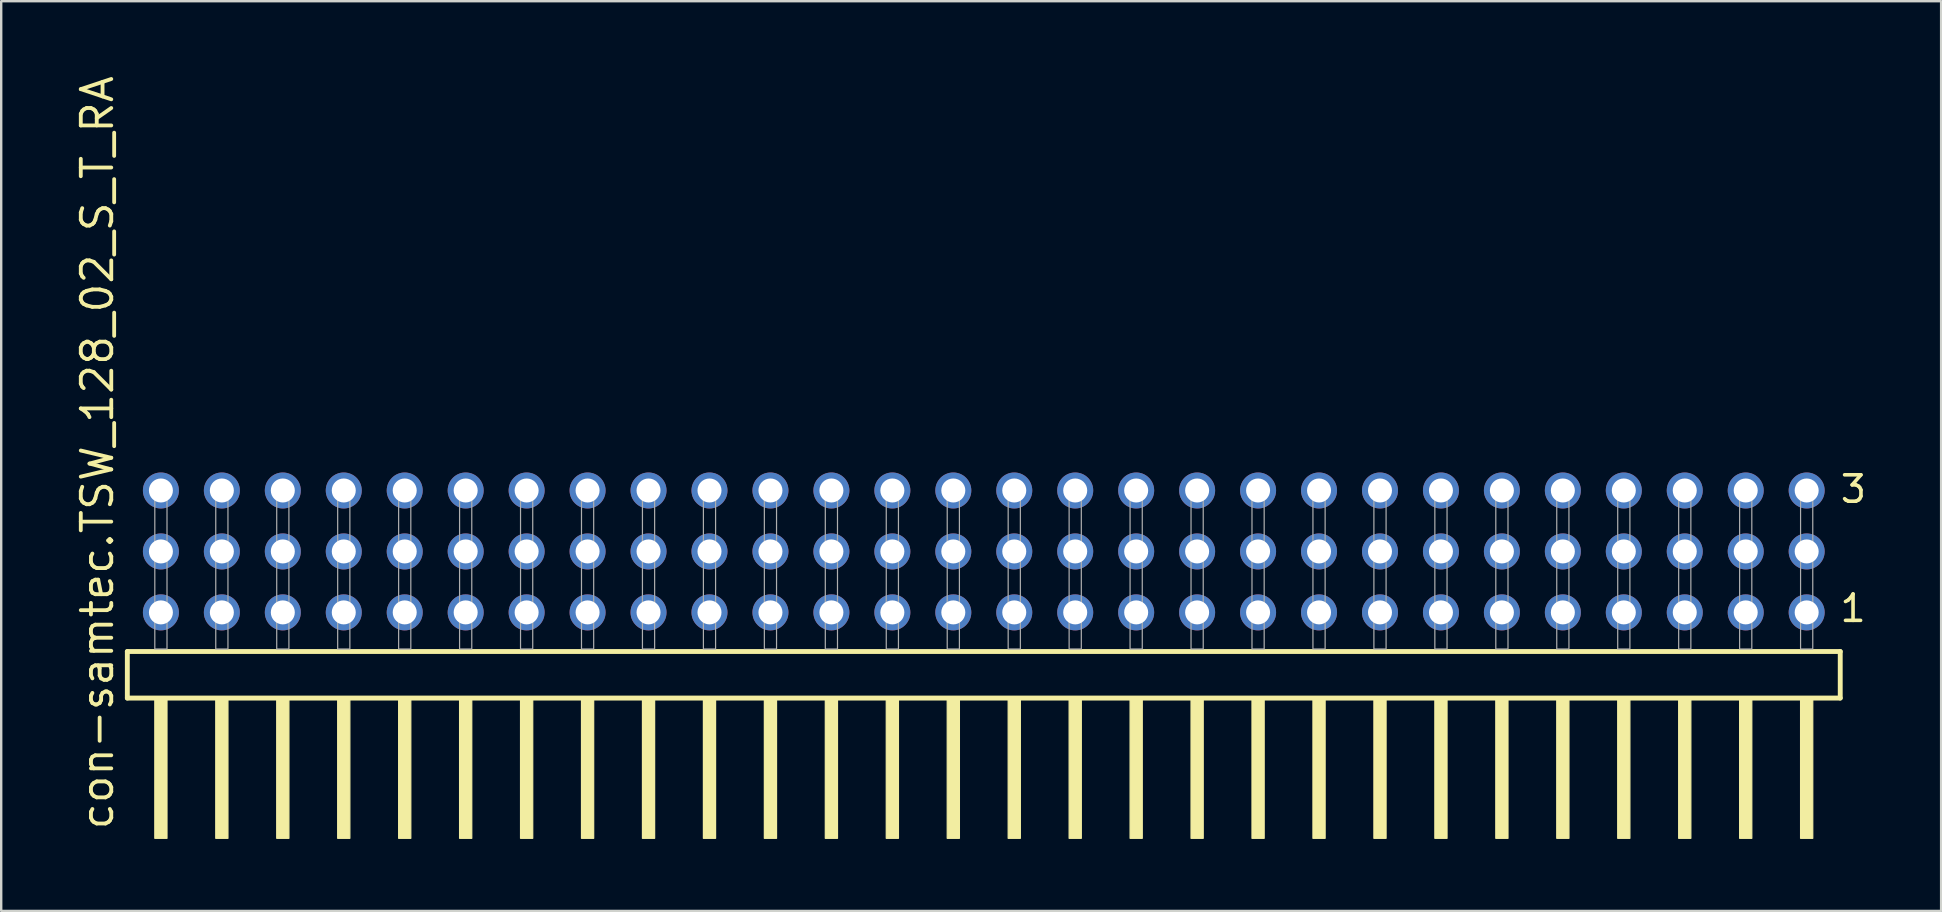
<source format=kicad_pcb>
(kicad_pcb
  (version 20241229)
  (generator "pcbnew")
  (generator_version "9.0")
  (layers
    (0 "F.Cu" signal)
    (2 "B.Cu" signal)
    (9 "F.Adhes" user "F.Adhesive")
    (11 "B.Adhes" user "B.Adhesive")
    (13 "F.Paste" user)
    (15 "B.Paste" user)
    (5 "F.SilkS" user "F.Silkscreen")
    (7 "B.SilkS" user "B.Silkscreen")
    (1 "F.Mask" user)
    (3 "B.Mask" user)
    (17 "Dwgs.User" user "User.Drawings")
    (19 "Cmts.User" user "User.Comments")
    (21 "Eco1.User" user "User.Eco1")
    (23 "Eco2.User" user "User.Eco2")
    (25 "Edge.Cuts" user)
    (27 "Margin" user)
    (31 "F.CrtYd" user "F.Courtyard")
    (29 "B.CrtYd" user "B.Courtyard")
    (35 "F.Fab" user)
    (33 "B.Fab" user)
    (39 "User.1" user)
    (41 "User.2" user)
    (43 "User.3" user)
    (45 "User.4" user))
  (footprint "con-samtec.TSW_128_02_S_T_RA"
    (layer "F.Cu")
    (at 37.945 23.993)
    (property "Reference" "con-samtec.TSW_128_02_S_T_RA" (at -36.195 7.62 90) (layer "F.SilkS") (effects (font (size 1.27 1.27) (thickness 0.16)) (justify left bottom)))
    (attr through_hole)
    (fp_line (start -35.689 0.106) (end -35.689 2.046) (stroke (width 0.203) (type default)) (layer "F.SilkS"))
    (fp_line (start -35.689 2.046) (end 35.689 2.046) (stroke (width 0.203) (type default)) (layer "F.SilkS"))
    (fp_line (start 35.689 0.106) (end -35.689 0.106) (stroke (width 0.203) (type default)) (layer "F.SilkS"))
    (fp_line (start 35.689 2.046) (end 35.689 0.106) (stroke (width 0.203) (type default)) (layer "F.SilkS"))
    (fp_rect (start -34.544 7.89) (end -34.036 2.04) (stroke (width 0.05) (type default)) (fill yes) (layer "F.SilkS"))
    (fp_rect (start -32.004 7.89) (end -31.496 2.04) (stroke (width 0.05) (type default)) (fill yes) (layer "F.SilkS"))
    (fp_rect (start -29.464 7.89) (end -28.956 2.04) (stroke (width 0.05) (type default)) (fill yes) (layer "F.SilkS"))
    (fp_rect (start -26.924 7.89) (end -26.416 2.04) (stroke (width 0.05) (type default)) (fill yes) (layer "F.SilkS"))
    (fp_rect (start -24.384 7.89) (end -23.876 2.04) (stroke (width 0.05) (type default)) (fill yes) (layer "F.SilkS"))
    (fp_rect (start -21.844 7.89) (end -21.336 2.04) (stroke (width 0.05) (type default)) (fill yes) (layer "F.SilkS"))
    (fp_rect (start -19.304 7.89) (end -18.796 2.04) (stroke (width 0.05) (type default)) (fill yes) (layer "F.SilkS"))
    (fp_rect (start -16.764 7.89) (end -16.256 2.04) (stroke (width 0.05) (type default)) (fill yes) (layer "F.SilkS"))
    (fp_rect (start -14.224 7.89) (end -13.716 2.04) (stroke (width 0.05) (type default)) (fill yes) (layer "F.SilkS"))
    (fp_rect (start -11.684 7.89) (end -11.176 2.04) (stroke (width 0.05) (type default)) (fill yes) (layer "F.SilkS"))
    (fp_rect (start -9.144 7.89) (end -8.636 2.04) (stroke (width 0.05) (type default)) (fill yes) (layer "F.SilkS"))
    (fp_rect (start -6.604 7.89) (end -6.096 2.04) (stroke (width 0.05) (type default)) (fill yes) (layer "F.SilkS"))
    (fp_rect (start -4.064 7.89) (end -3.556 2.04) (stroke (width 0.05) (type default)) (fill yes) (layer "F.SilkS"))
    (fp_rect (start -1.524 7.89) (end -1.016 2.04) (stroke (width 0.05) (type default)) (fill yes) (layer "F.SilkS"))
    (fp_rect (start 1.016 7.89) (end 1.524 2.04) (stroke (width 0.05) (type default)) (fill yes) (layer "F.SilkS"))
    (fp_rect (start 3.556 7.89) (end 4.064 2.04) (stroke (width 0.05) (type default)) (fill yes) (layer "F.SilkS"))
    (fp_rect (start 6.096 7.89) (end 6.604 2.04) (stroke (width 0.05) (type default)) (fill yes) (layer "F.SilkS"))
    (fp_rect (start 8.636 7.89) (end 9.144 2.04) (stroke (width 0.05) (type default)) (fill yes) (layer "F.SilkS"))
    (fp_rect (start 11.176 7.89) (end 11.684 2.04) (stroke (width 0.05) (type default)) (fill yes) (layer "F.SilkS"))
    (fp_rect (start 13.716 7.89) (end 14.224 2.04) (stroke (width 0.05) (type default)) (fill yes) (layer "F.SilkS"))
    (fp_rect (start 16.256 7.89) (end 16.764 2.04) (stroke (width 0.05) (type default)) (fill yes) (layer "F.SilkS"))
    (fp_rect (start 18.796 7.89) (end 19.304 2.04) (stroke (width 0.05) (type default)) (fill yes) (layer "F.SilkS"))
    (fp_rect (start 21.336 7.89) (end 21.844 2.04) (stroke (width 0.05) (type default)) (fill yes) (layer "F.SilkS"))
    (fp_rect (start 23.876 7.89) (end 24.384 2.04) (stroke (width 0.05) (type default)) (fill yes) (layer "F.SilkS"))
    (fp_rect (start 26.416 7.89) (end 26.924 2.04) (stroke (width 0.05) (type default)) (fill yes) (layer "F.SilkS"))
    (fp_rect (start 28.956 7.89) (end 29.464 2.04) (stroke (width 0.05) (type default)) (fill yes) (layer "F.SilkS"))
    (fp_rect (start 31.496 7.89) (end 32.004 2.04) (stroke (width 0.05) (type default)) (fill yes) (layer "F.SilkS"))
    (fp_rect (start 34.036 7.89) (end 34.544 2.04) (stroke (width 0.05) (type default)) (fill yes) (layer "F.SilkS"))
    (fp_rect (start -34.544 0) (end -34.036 -6.858) (stroke (width 0.05) (type default)) (fill no) (layer "F.Fab"))
    (fp_rect (start -32.004 0) (end -31.496 -6.858) (stroke (width 0.05) (type default)) (fill no) (layer "F.Fab"))
    (fp_rect (start -29.464 0) (end -28.956 -6.858) (stroke (width 0.05) (type default)) (fill no) (layer "F.Fab"))
    (fp_rect (start -26.924 0) (end -26.416 -6.858) (stroke (width 0.05) (type default)) (fill no) (layer "F.Fab"))
    (fp_rect (start -24.384 0) (end -23.876 -6.858) (stroke (width 0.05) (type default)) (fill no) (layer "F.Fab"))
    (fp_rect (start -21.844 0) (end -21.336 -6.858) (stroke (width 0.05) (type default)) (fill no) (layer "F.Fab"))
    (fp_rect (start -19.304 0) (end -18.796 -6.858) (stroke (width 0.05) (type default)) (fill no) (layer "F.Fab"))
    (fp_rect (start -16.764 0) (end -16.256 -6.858) (stroke (width 0.05) (type default)) (fill no) (layer "F.Fab"))
    (fp_rect (start -14.224 0) (end -13.716 -6.858) (stroke (width 0.05) (type default)) (fill no) (layer "F.Fab"))
    (fp_rect (start -11.684 0) (end -11.176 -6.858) (stroke (width 0.05) (type default)) (fill no) (layer "F.Fab"))
    (fp_rect (start -9.144 0) (end -8.636 -6.858) (stroke (width 0.05) (type default)) (fill no) (layer "F.Fab"))
    (fp_rect (start -6.604 0) (end -6.096 -6.858) (stroke (width 0.05) (type default)) (fill no) (layer "F.Fab"))
    (fp_rect (start -4.064 0) (end -3.556 -6.858) (stroke (width 0.05) (type default)) (fill no) (layer "F.Fab"))
    (fp_rect (start -1.524 0) (end -1.016 -6.858) (stroke (width 0.05) (type default)) (fill no) (layer "F.Fab"))
    (fp_rect (start 1.016 0) (end 1.524 -6.858) (stroke (width 0.05) (type default)) (fill no) (layer "F.Fab"))
    (fp_rect (start 3.556 0) (end 4.064 -6.858) (stroke (width 0.05) (type default)) (fill no) (layer "F.Fab"))
    (fp_rect (start 6.096 0) (end 6.604 -6.858) (stroke (width 0.05) (type default)) (fill no) (layer "F.Fab"))
    (fp_rect (start 8.636 0) (end 9.144 -6.858) (stroke (width 0.05) (type default)) (fill no) (layer "F.Fab"))
    (fp_rect (start 11.176 0) (end 11.684 -6.858) (stroke (width 0.05) (type default)) (fill no) (layer "F.Fab"))
    (fp_rect (start 13.716 0) (end 14.224 -6.858) (stroke (width 0.05) (type default)) (fill no) (layer "F.Fab"))
    (fp_rect (start 16.256 0) (end 16.764 -6.858) (stroke (width 0.05) (type default)) (fill no) (layer "F.Fab"))
    (fp_rect (start 18.796 0) (end 19.304 -6.858) (stroke (width 0.05) (type default)) (fill no) (layer "F.Fab"))
    (fp_rect (start 21.336 0) (end 21.844 -6.858) (stroke (width 0.05) (type default)) (fill no) (layer "F.Fab"))
    (fp_rect (start 23.876 0) (end 24.384 -6.858) (stroke (width 0.05) (type default)) (fill no) (layer "F.Fab"))
    (fp_rect (start 26.416 0) (end 26.924 -6.858) (stroke (width 0.05) (type default)) (fill no) (layer "F.Fab"))
    (fp_rect (start 28.956 0) (end 29.464 -6.858) (stroke (width 0.05) (type default)) (fill no) (layer "F.Fab"))
    (fp_rect (start 31.496 0) (end 32.004 -6.858) (stroke (width 0.05) (type default)) (fill no) (layer "F.Fab"))
    (fp_rect (start 34.036 0) (end 34.544 -6.858) (stroke (width 0.05) (type default)) (fill no) (layer "F.Fab"))
    (fp_text user "1" (at 35.6 -1.05 0) (layer "F.SilkS") (effects (font (size 1.1 1.1) (thickness 0.15)) (justify left bottom)))
    (fp_text user "3" (at 35.615 -6.015 0) (layer "F.SilkS") (effects (font (size 1.1 1.1) (thickness 0.15)) (justify left bottom)))
    (pad "1" thru_hole circle (at 34.29 -1.524 180) (size 1.5 1.5) (drill 1) (layers "*.Cu" "*.Mask"))
    (pad "2" thru_hole circle (at 34.29 -4.064 180) (size 1.5 1.5) (drill 1) (layers "*.Cu" "*.Mask"))
    (pad "3" thru_hole circle (at 34.29 -6.604 180) (size 1.5 1.5) (drill 1) (layers "*.Cu" "*.Mask"))
    (pad "4" thru_hole circle (at 31.75 -1.524 180) (size 1.5 1.5) (drill 1) (layers "*.Cu" "*.Mask"))
    (pad "5" thru_hole circle (at 31.75 -4.064 180) (size 1.5 1.5) (drill 1) (layers "*.Cu" "*.Mask"))
    (pad "6" thru_hole circle (at 31.75 -6.604 180) (size 1.5 1.5) (drill 1) (layers "*.Cu" "*.Mask"))
    (pad "7" thru_hole circle (at 29.21 -1.524 180) (size 1.5 1.5) (drill 1) (layers "*.Cu" "*.Mask"))
    (pad "8" thru_hole circle (at 29.21 -4.064 180) (size 1.5 1.5) (drill 1) (layers "*.Cu" "*.Mask"))
    (pad "9" thru_hole circle (at 29.21 -6.604 180) (size 1.5 1.5) (drill 1) (layers "*.Cu" "*.Mask"))
    (pad "10" thru_hole circle (at 26.67 -1.524 180) (size 1.5 1.5) (drill 1) (layers "*.Cu" "*.Mask"))
    (pad "11" thru_hole circle (at 26.67 -4.064 180) (size 1.5 1.5) (drill 1) (layers "*.Cu" "*.Mask"))
    (pad "12" thru_hole circle (at 26.67 -6.604 180) (size 1.5 1.5) (drill 1) (layers "*.Cu" "*.Mask"))
    (pad "13" thru_hole circle (at 24.13 -1.524 180) (size 1.5 1.5) (drill 1) (layers "*.Cu" "*.Mask"))
    (pad "14" thru_hole circle (at 24.13 -4.064 180) (size 1.5 1.5) (drill 1) (layers "*.Cu" "*.Mask"))
    (pad "15" thru_hole circle (at 24.13 -6.604 180) (size 1.5 1.5) (drill 1) (layers "*.Cu" "*.Mask"))
    (pad "16" thru_hole circle (at 21.59 -1.524 180) (size 1.5 1.5) (drill 1) (layers "*.Cu" "*.Mask"))
    (pad "17" thru_hole circle (at 21.59 -4.064 180) (size 1.5 1.5) (drill 1) (layers "*.Cu" "*.Mask"))
    (pad "18" thru_hole circle (at 21.59 -6.604 180) (size 1.5 1.5) (drill 1) (layers "*.Cu" "*.Mask"))
    (pad "19" thru_hole circle (at 19.05 -1.524 180) (size 1.5 1.5) (drill 1) (layers "*.Cu" "*.Mask"))
    (pad "20" thru_hole circle (at 19.05 -4.064 180) (size 1.5 1.5) (drill 1) (layers "*.Cu" "*.Mask"))
    (pad "21" thru_hole circle (at 19.05 -6.604 180) (size 1.5 1.5) (drill 1) (layers "*.Cu" "*.Mask"))
    (pad "22" thru_hole circle (at 16.51 -1.524 180) (size 1.5 1.5) (drill 1) (layers "*.Cu" "*.Mask"))
    (pad "23" thru_hole circle (at 16.51 -4.064 180) (size 1.5 1.5) (drill 1) (layers "*.Cu" "*.Mask"))
    (pad "24" thru_hole circle (at 16.51 -6.604 180) (size 1.5 1.5) (drill 1) (layers "*.Cu" "*.Mask"))
    (pad "25" thru_hole circle (at 13.97 -1.524 180) (size 1.5 1.5) (drill 1) (layers "*.Cu" "*.Mask"))
    (pad "26" thru_hole circle (at 13.97 -4.064 180) (size 1.5 1.5) (drill 1) (layers "*.Cu" "*.Mask"))
    (pad "27" thru_hole circle (at 13.97 -6.604 180) (size 1.5 1.5) (drill 1) (layers "*.Cu" "*.Mask"))
    (pad "28" thru_hole circle (at 11.43 -1.524 180) (size 1.5 1.5) (drill 1) (layers "*.Cu" "*.Mask"))
    (pad "29" thru_hole circle (at 11.43 -4.064 180) (size 1.5 1.5) (drill 1) (layers "*.Cu" "*.Mask"))
    (pad "30" thru_hole circle (at 11.43 -6.604 180) (size 1.5 1.5) (drill 1) (layers "*.Cu" "*.Mask"))
    (pad "31" thru_hole circle (at 8.89 -1.524 180) (size 1.5 1.5) (drill 1) (layers "*.Cu" "*.Mask"))
    (pad "32" thru_hole circle (at 8.89 -4.064 180) (size 1.5 1.5) (drill 1) (layers "*.Cu" "*.Mask"))
    (pad "33" thru_hole circle (at 8.89 -6.604 180) (size 1.5 1.5) (drill 1) (layers "*.Cu" "*.Mask"))
    (pad "34" thru_hole circle (at 6.35 -1.524 180) (size 1.5 1.5) (drill 1) (layers "*.Cu" "*.Mask"))
    (pad "35" thru_hole circle (at 6.35 -4.064 180) (size 1.5 1.5) (drill 1) (layers "*.Cu" "*.Mask"))
    (pad "36" thru_hole circle (at 6.35 -6.604 180) (size 1.5 1.5) (drill 1) (layers "*.Cu" "*.Mask"))
    (pad "37" thru_hole circle (at 3.81 -1.524 180) (size 1.5 1.5) (drill 1) (layers "*.Cu" "*.Mask"))
    (pad "38" thru_hole circle (at 3.81 -4.064 180) (size 1.5 1.5) (drill 1) (layers "*.Cu" "*.Mask"))
    (pad "39" thru_hole circle (at 3.81 -6.604 180) (size 1.5 1.5) (drill 1) (layers "*.Cu" "*.Mask"))
    (pad "40" thru_hole circle (at 1.27 -1.524 180) (size 1.5 1.5) (drill 1) (layers "*.Cu" "*.Mask"))
    (pad "41" thru_hole circle (at 1.27 -4.064 180) (size 1.5 1.5) (drill 1) (layers "*.Cu" "*.Mask"))
    (pad "42" thru_hole circle (at 1.27 -6.604 180) (size 1.5 1.5) (drill 1) (layers "*.Cu" "*.Mask"))
    (pad "43" thru_hole circle (at -1.27 -1.524 180) (size 1.5 1.5) (drill 1) (layers "*.Cu" "*.Mask"))
    (pad "44" thru_hole circle (at -1.27 -4.064 180) (size 1.5 1.5) (drill 1) (layers "*.Cu" "*.Mask"))
    (pad "45" thru_hole circle (at -1.27 -6.604 180) (size 1.5 1.5) (drill 1) (layers "*.Cu" "*.Mask"))
    (pad "46" thru_hole circle (at -3.81 -1.524 180) (size 1.5 1.5) (drill 1) (layers "*.Cu" "*.Mask"))
    (pad "47" thru_hole circle (at -3.81 -4.064 180) (size 1.5 1.5) (drill 1) (layers "*.Cu" "*.Mask"))
    (pad "48" thru_hole circle (at -3.81 -6.604 180) (size 1.5 1.5) (drill 1) (layers "*.Cu" "*.Mask"))
    (pad "49" thru_hole circle (at -6.35 -1.524 180) (size 1.5 1.5) (drill 1) (layers "*.Cu" "*.Mask"))
    (pad "50" thru_hole circle (at -6.35 -4.064 180) (size 1.5 1.5) (drill 1) (layers "*.Cu" "*.Mask"))
    (pad "51" thru_hole circle (at -6.35 -6.604 180) (size 1.5 1.5) (drill 1) (layers "*.Cu" "*.Mask"))
    (pad "52" thru_hole circle (at -8.89 -1.524 180) (size 1.5 1.5) (drill 1) (layers "*.Cu" "*.Mask"))
    (pad "53" thru_hole circle (at -8.89 -4.064 180) (size 1.5 1.5) (drill 1) (layers "*.Cu" "*.Mask"))
    (pad "54" thru_hole circle (at -8.89 -6.604 180) (size 1.5 1.5) (drill 1) (layers "*.Cu" "*.Mask"))
    (pad "55" thru_hole circle (at -11.43 -1.524 180) (size 1.5 1.5) (drill 1) (layers "*.Cu" "*.Mask"))
    (pad "56" thru_hole circle (at -11.43 -4.064 180) (size 1.5 1.5) (drill 1) (layers "*.Cu" "*.Mask"))
    (pad "57" thru_hole circle (at -11.43 -6.604 180) (size 1.5 1.5) (drill 1) (layers "*.Cu" "*.Mask"))
    (pad "58" thru_hole circle (at -13.97 -1.524 180) (size 1.5 1.5) (drill 1) (layers "*.Cu" "*.Mask"))
    (pad "59" thru_hole circle (at -13.97 -4.064 180) (size 1.5 1.5) (drill 1) (layers "*.Cu" "*.Mask"))
    (pad "60" thru_hole circle (at -13.97 -6.604 180) (size 1.5 1.5) (drill 1) (layers "*.Cu" "*.Mask"))
    (pad "61" thru_hole circle (at -16.51 -1.524 180) (size 1.5 1.5) (drill 1) (layers "*.Cu" "*.Mask"))
    (pad "62" thru_hole circle (at -16.51 -4.064 180) (size 1.5 1.5) (drill 1) (layers "*.Cu" "*.Mask"))
    (pad "63" thru_hole circle (at -16.51 -6.604 180) (size 1.5 1.5) (drill 1) (layers "*.Cu" "*.Mask"))
    (pad "64" thru_hole circle (at -19.05 -1.524 180) (size 1.5 1.5) (drill 1) (layers "*.Cu" "*.Mask"))
    (pad "65" thru_hole circle (at -19.05 -4.064 180) (size 1.5 1.5) (drill 1) (layers "*.Cu" "*.Mask"))
    (pad "66" thru_hole circle (at -19.05 -6.604 180) (size 1.5 1.5) (drill 1) (layers "*.Cu" "*.Mask"))
    (pad "67" thru_hole circle (at -21.59 -1.524 180) (size 1.5 1.5) (drill 1) (layers "*.Cu" "*.Mask"))
    (pad "68" thru_hole circle (at -21.59 -4.064 180) (size 1.5 1.5) (drill 1) (layers "*.Cu" "*.Mask"))
    (pad "69" thru_hole circle (at -21.59 -6.604 180) (size 1.5 1.5) (drill 1) (layers "*.Cu" "*.Mask"))
    (pad "70" thru_hole circle (at -24.13 -1.524 180) (size 1.5 1.5) (drill 1) (layers "*.Cu" "*.Mask"))
    (pad "71" thru_hole circle (at -24.13 -4.064 180) (size 1.5 1.5) (drill 1) (layers "*.Cu" "*.Mask"))
    (pad "72" thru_hole circle (at -24.13 -6.604 180) (size 1.5 1.5) (drill 1) (layers "*.Cu" "*.Mask"))
    (pad "73" thru_hole circle (at -26.67 -1.524 180) (size 1.5 1.5) (drill 1) (layers "*.Cu" "*.Mask"))
    (pad "74" thru_hole circle (at -26.67 -4.064 180) (size 1.5 1.5) (drill 1) (layers "*.Cu" "*.Mask"))
    (pad "75" thru_hole circle (at -26.67 -6.604 180) (size 1.5 1.5) (drill 1) (layers "*.Cu" "*.Mask"))
    (pad "76" thru_hole circle (at -29.21 -1.524 180) (size 1.5 1.5) (drill 1) (layers "*.Cu" "*.Mask"))
    (pad "77" thru_hole circle (at -29.21 -4.064 180) (size 1.5 1.5) (drill 1) (layers "*.Cu" "*.Mask"))
    (pad "78" thru_hole circle (at -29.21 -6.604 180) (size 1.5 1.5) (drill 1) (layers "*.Cu" "*.Mask"))
    (pad "79" thru_hole circle (at -31.75 -1.524 180) (size 1.5 1.5) (drill 1) (layers "*.Cu" "*.Mask"))
    (pad "80" thru_hole circle (at -31.75 -4.064 180) (size 1.5 1.5) (drill 1) (layers "*.Cu" "*.Mask"))
    (pad "81" thru_hole circle (at -31.75 -6.604 180) (size 1.5 1.5) (drill 1) (layers "*.Cu" "*.Mask"))
    (pad "82" thru_hole circle (at -34.29 -1.524 180) (size 1.5 1.5) (drill 1) (layers "*.Cu" "*.Mask"))
    (pad "83" thru_hole circle (at -34.29 -4.064 180) (size 1.5 1.5) (drill 1) (layers "*.Cu" "*.Mask"))
    (pad "84" thru_hole circle (at -34.29 -6.604 180) (size 1.5 1.5) (drill 1) (layers "*.Cu" "*.Mask")))
  (gr_rect
    (start -3 -3)
    (end 77.838 34.908)
    (stroke (width 0.1) (type default))
    (fill no)
    (layer "Edge.Cuts")))
</source>
